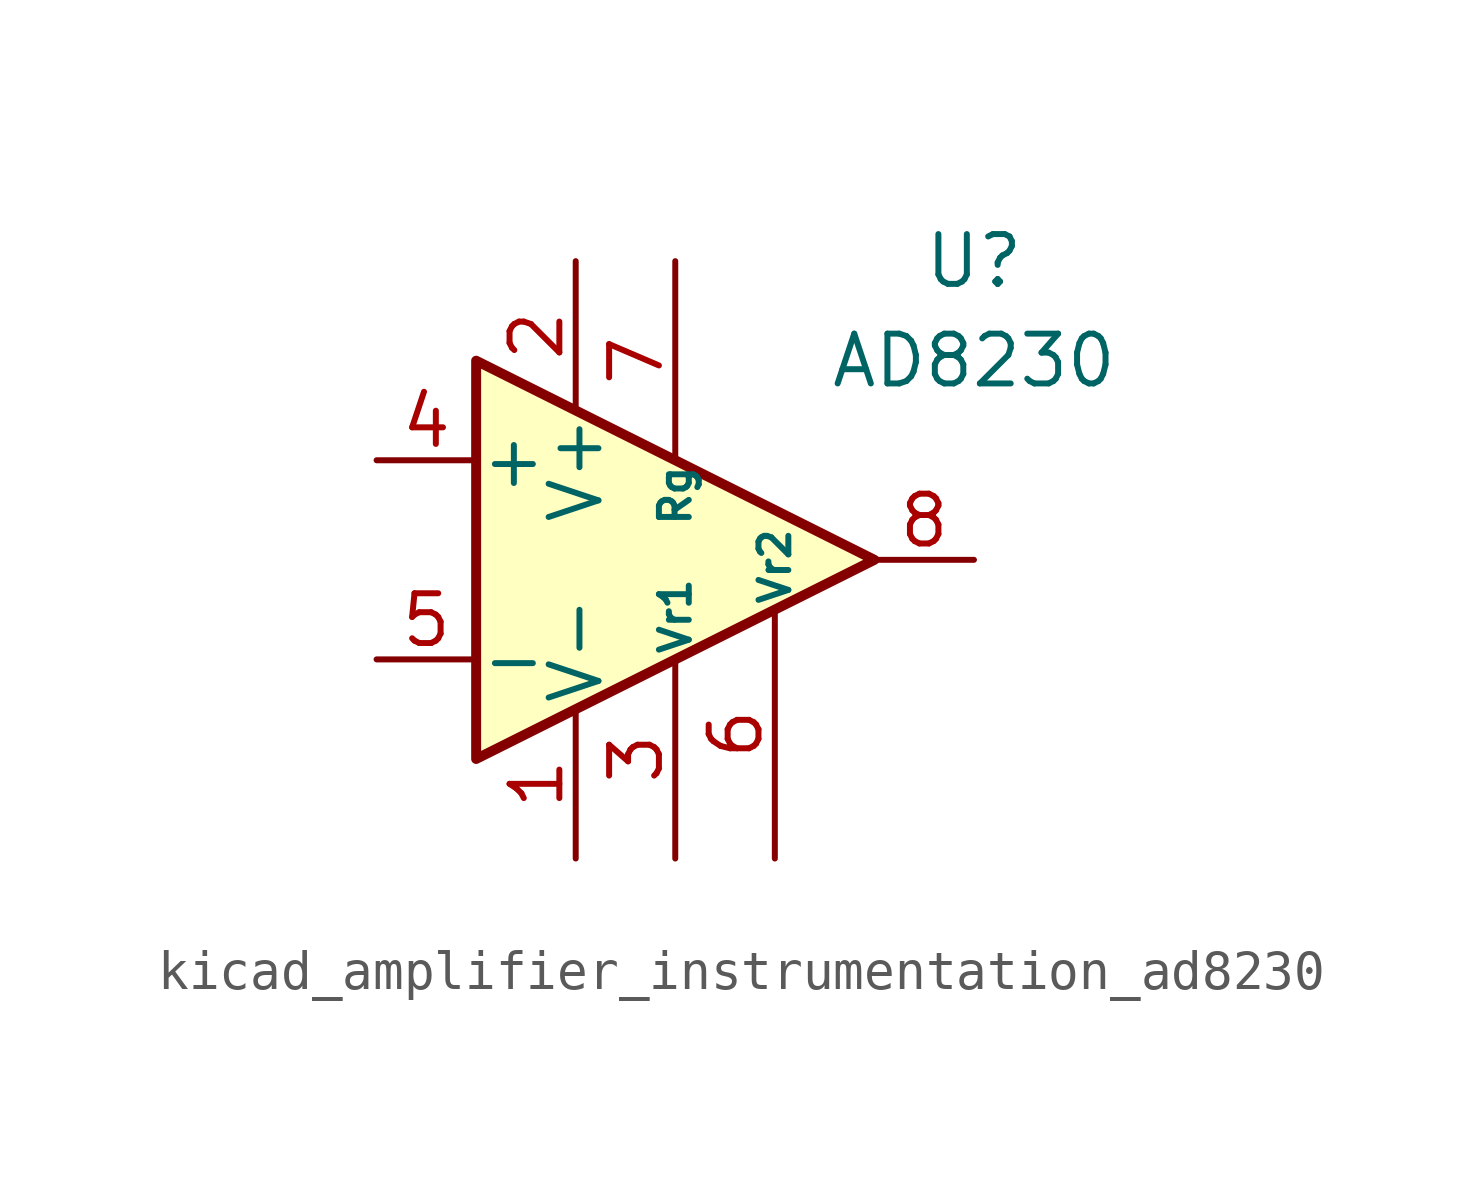
<source format=kicad_sym>
(kicad_symbol_lib
  (version 20220914)
  (generator kicad_symbol_editor)
  (symbol "kicad_amplifier_instrumentation_ad8230"
    (pin_names
      (offset 0.076))
    (property "Reference" "U"
      (at 7.62 7.62 0)
      (effects (font (size 1.27 1.27))))
    (property "Value" "AD8230"
      (at 7.62 5.08 0)
      (effects (font (size 1.27 1.27))))
    (symbol "kicad_amplifier_instrumentation_ad8230_0_1"
      (polyline (pts (xy -5.08 5.08) (xy -5.08 0) (xy -5.08 -5.08) (xy 5.08 0) (xy -5.08 5.08)) (stroke (width 0.254) (type default)) (fill (type background))))
    (symbol "kicad_amplifier_instrumentation_ad8230_1_1"
      (pin power_in line (at -2.54 -7.62 90) (length 3.81) (name "V-" (effects (font (size 1.27 1.27)))) (number "1" (effects (font (size 1.27 1.27)))))
      (pin power_in line (at -2.54 7.62 270) (length 3.81) (name "V+" (effects (font (size 1.27 1.27)))) (number "2" (effects (font (size 1.27 1.27)))))
      (pin input line (at 0 -7.62 90) (length 5.08) (name "Vr1" (effects (font (size 0.762 0.762)))) (number "3" (effects (font (size 1.27 1.27)))))
      (pin input line (at -7.62 2.54 0) (length 2.54) (name "+" (effects (font (size 1.27 1.27)))) (number "4" (effects (font (size 1.27 1.27)))))
      (pin input line (at -7.62 -2.54 0) (length 2.54) (name "-" (effects (font (size 1.27 1.27)))) (number "5" (effects (font (size 1.27 1.27)))))
      (pin input line (at 2.54 -7.62 90) (length 6.35) (name "Vr2" (effects (font (size 0.762 0.762)))) (number "6" (effects (font (size 1.27 1.27)))))
      (pin output line (at 0 7.62 270) (length 5.08) (name "Rg" (effects (font (size 0.762 0.762)))) (number "7" (effects (font (size 1.27 1.27)))))
      (pin output line (at 7.62 0 180) (length 2.54) (name "~" (effects (font (size 1.27 1.27)))) (number "8" (effects (font (size 1.27 1.27))))))))
</source>
